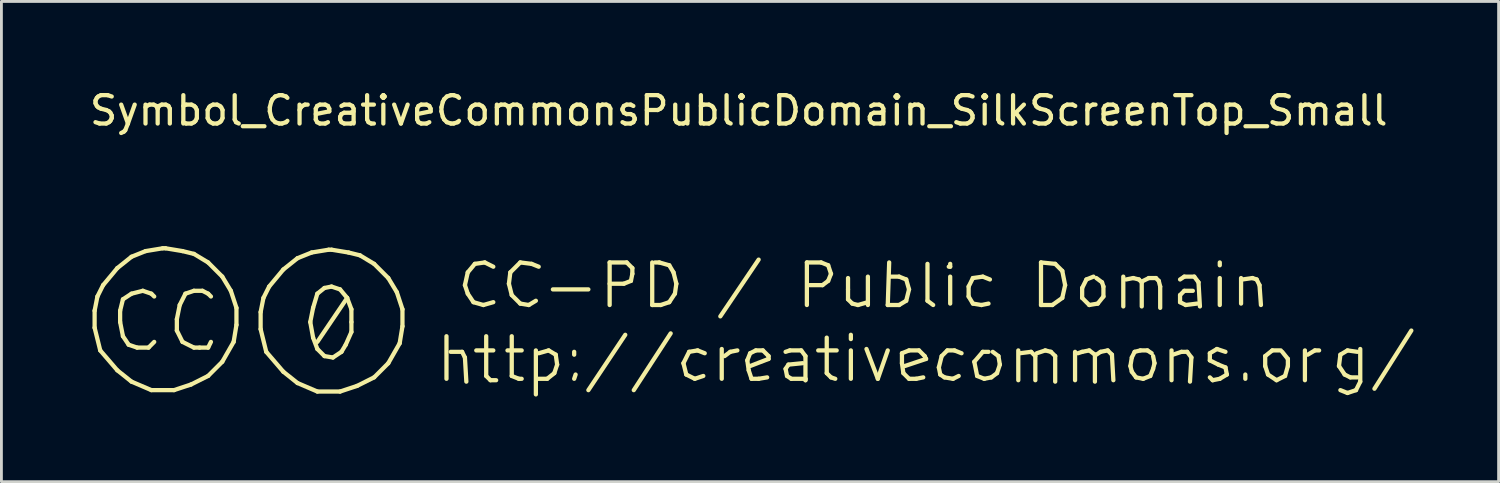
<source format=kicad_pcb>
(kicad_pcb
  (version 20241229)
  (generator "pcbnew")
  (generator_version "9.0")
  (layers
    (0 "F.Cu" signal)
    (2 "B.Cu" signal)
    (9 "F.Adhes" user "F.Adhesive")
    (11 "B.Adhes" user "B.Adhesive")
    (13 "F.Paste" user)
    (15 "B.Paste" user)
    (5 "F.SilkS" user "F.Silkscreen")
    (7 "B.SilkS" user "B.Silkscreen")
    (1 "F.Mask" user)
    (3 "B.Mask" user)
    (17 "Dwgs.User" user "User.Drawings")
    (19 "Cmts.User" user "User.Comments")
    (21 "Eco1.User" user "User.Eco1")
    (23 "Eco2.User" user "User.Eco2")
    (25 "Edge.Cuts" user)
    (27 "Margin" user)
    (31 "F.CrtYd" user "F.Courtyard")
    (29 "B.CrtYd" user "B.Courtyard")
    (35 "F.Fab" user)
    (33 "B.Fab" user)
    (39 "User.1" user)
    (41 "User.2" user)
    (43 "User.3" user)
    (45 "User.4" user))
  (footprint "Symbol_CreativeCommonsPublicDomain_SilkScreenTop_Small"
    (layer "F.Cu")
    (at 22.383 8.148)
    (property "Reference" "Symbol_CreativeCommonsPublicDomain_SilkScreenTop_Small" (at 0.599 -7.3 0) (layer "F.SilkS") (effects (font (size 1 1) (thickness 0.15))))
    (attr exclude_from_pos_files exclude_from_bom)
    (fp_line (start -22.099 -0.25) (end -22.099 0.35) (stroke (width 0.15) (type solid)) (layer "F.SilkS"))
    (fp_line (start -22.099 0.35) (end -21.901 1.15) (stroke (width 0.15) (type solid)) (layer "F.SilkS"))
    (fp_line (start -22 -0.75) (end -22.099 -0.25) (stroke (width 0.15) (type solid)) (layer "F.SilkS"))
    (fp_line (start -21.901 1.15) (end -21.299 1.851) (stroke (width 0.15) (type solid)) (layer "F.SilkS"))
    (fp_line (start -21.8 -1.149) (end -22 -0.75) (stroke (width 0.15) (type solid)) (layer "F.SilkS"))
    (fp_line (start -21.299 -1.751) (end -21.8 -1.149) (stroke (width 0.15) (type solid)) (layer "F.SilkS"))
    (fp_line (start -21.299 1.851) (end -20.799 2.25) (stroke (width 0.15) (type solid)) (layer "F.SilkS"))
    (fp_line (start -21.2 -0.25) (end -21.2 0.149) (stroke (width 0.15) (type solid)) (layer "F.SilkS"))
    (fp_line (start -21.2 0.149) (end -21.101 0.649) (stroke (width 0.15) (type solid)) (layer "F.SilkS"))
    (fp_line (start -21.101 -0.651) (end -21.2 -0.25) (stroke (width 0.15) (type solid)) (layer "F.SilkS"))
    (fp_line (start -21.101 0.649) (end -20.9 0.949) (stroke (width 0.15) (type solid)) (layer "F.SilkS"))
    (fp_line (start -20.9 0.949) (end -20.601 1.051) (stroke (width 0.15) (type solid)) (layer "F.SilkS"))
    (fp_line (start -20.799 -2.15) (end -21.299 -1.751) (stroke (width 0.15) (type solid)) (layer "F.SilkS"))
    (fp_line (start -20.799 -0.849) (end -21.101 -0.651) (stroke (width 0.15) (type solid)) (layer "F.SilkS"))
    (fp_line (start -20.799 2.25) (end -20.1 2.549) (stroke (width 0.15) (type solid)) (layer "F.SilkS"))
    (fp_line (start -20.601 1.051) (end -20.199 1.051) (stroke (width 0.15) (type solid)) (layer "F.SilkS"))
    (fp_line (start -20.4 -0.951) (end -20.799 -0.849) (stroke (width 0.15) (type solid)) (layer "F.SilkS"))
    (fp_line (start -20.301 -2.35) (end -20.799 -2.15) (stroke (width 0.15) (type solid)) (layer "F.SilkS"))
    (fp_line (start -20.199 1.051) (end -19.999 0.85) (stroke (width 0.15) (type solid)) (layer "F.SilkS"))
    (fp_line (start -20.1 -0.849) (end -20.4 -0.951) (stroke (width 0.15) (type solid)) (layer "F.SilkS"))
    (fp_line (start -20.1 2.549) (end -19.3 2.549) (stroke (width 0.15) (type solid)) (layer "F.SilkS"))
    (fp_line (start -19.999 -0.75) (end -20.1 -0.849) (stroke (width 0.15) (type solid)) (layer "F.SilkS"))
    (fp_line (start -19.699 -2.449) (end -20.301 -2.35) (stroke (width 0.15) (type solid)) (layer "F.SilkS"))
    (fp_line (start -19.6 -2.449) (end -19.699 -2.449) (stroke (width 0.15) (type solid)) (layer "F.SilkS"))
    (fp_line (start -19.3 2.549) (end -18.701 2.351) (stroke (width 0.15) (type solid)) (layer "F.SilkS"))
    (fp_line (start -19.201 0.05) (end -19.201 0.449) (stroke (width 0.15) (type solid)) (layer "F.SilkS"))
    (fp_line (start -19.201 0.449) (end -19.001 0.85) (stroke (width 0.15) (type solid)) (layer "F.SilkS"))
    (fp_line (start -19.1 -0.45) (end -19.201 0.05) (stroke (width 0.15) (type solid)) (layer "F.SilkS"))
    (fp_line (start -19.001 -2.35) (end -19.6 -2.449) (stroke (width 0.15) (type solid)) (layer "F.SilkS"))
    (fp_line (start -19.001 0.85) (end -18.599 1.051) (stroke (width 0.15) (type solid)) (layer "F.SilkS"))
    (fp_line (start -18.899 -0.849) (end -19.1 -0.45) (stroke (width 0.15) (type solid)) (layer "F.SilkS"))
    (fp_line (start -18.701 2.351) (end -18.099 2.049) (stroke (width 0.15) (type solid)) (layer "F.SilkS"))
    (fp_line (start -18.599 -2.251) (end -19.001 -2.35) (stroke (width 0.15) (type solid)) (layer "F.SilkS"))
    (fp_line (start -18.599 -0.951) (end -18.899 -0.849) (stroke (width 0.15) (type solid)) (layer "F.SilkS"))
    (fp_line (start -18.599 1.051) (end -18.401 1.051) (stroke (width 0.15) (type solid)) (layer "F.SilkS"))
    (fp_line (start -18.401 1.051) (end -18.099 1.051) (stroke (width 0.15) (type solid)) (layer "F.SilkS"))
    (fp_line (start -18.3 -0.951) (end -18.599 -0.951) (stroke (width 0.15) (type solid)) (layer "F.SilkS"))
    (fp_line (start -18.099 -1.949) (end -18.599 -2.251) (stroke (width 0.15) (type solid)) (layer "F.SilkS"))
    (fp_line (start -18.099 -0.849) (end -18.3 -0.951) (stroke (width 0.15) (type solid)) (layer "F.SilkS"))
    (fp_line (start -18.099 1.051) (end -18 0.85) (stroke (width 0.15) (type solid)) (layer "F.SilkS"))
    (fp_line (start -18.099 2.049) (end -17.601 1.551) (stroke (width 0.15) (type solid)) (layer "F.SilkS"))
    (fp_line (start -18 -0.75) (end -18.099 -0.849) (stroke (width 0.15) (type solid)) (layer "F.SilkS"))
    (fp_line (start -17.601 -1.451) (end -18.099 -1.949) (stroke (width 0.15) (type solid)) (layer "F.SilkS"))
    (fp_line (start -17.601 1.551) (end -17.2 0.85) (stroke (width 0.15) (type solid)) (layer "F.SilkS"))
    (fp_line (start -17.299 -0.951) (end -17.601 -1.451) (stroke (width 0.15) (type solid)) (layer "F.SilkS"))
    (fp_line (start -17.2 0.85) (end -17.101 0.251) (stroke (width 0.15) (type solid)) (layer "F.SilkS"))
    (fp_line (start -17.101 -0.349) (end -17.299 -0.951) (stroke (width 0.15) (type solid)) (layer "F.SilkS"))
    (fp_line (start -17.101 0.251) (end -17.101 -0.349) (stroke (width 0.15) (type solid)) (layer "F.SilkS"))
    (fp_line (start -16.249 -0.2) (end -16.249 0.4) (stroke (width 0.15) (type solid)) (layer "F.SilkS"))
    (fp_line (start -16.249 0.4) (end -16.051 1.2) (stroke (width 0.15) (type solid)) (layer "F.SilkS"))
    (fp_line (start -16.15 -0.7) (end -16.249 -0.2) (stroke (width 0.15) (type solid)) (layer "F.SilkS"))
    (fp_line (start -16.051 1.2) (end -15.449 1.901) (stroke (width 0.15) (type solid)) (layer "F.SilkS"))
    (fp_line (start -15.95 -1.099) (end -16.15 -0.7) (stroke (width 0.15) (type solid)) (layer "F.SilkS"))
    (fp_line (start -15.449 -1.701) (end -15.95 -1.099) (stroke (width 0.15) (type solid)) (layer "F.SilkS"))
    (fp_line (start -15.449 1.901) (end -14.949 2.3) (stroke (width 0.15) (type solid)) (layer "F.SilkS"))
    (fp_line (start -14.949 -2.1) (end -15.449 -1.701) (stroke (width 0.15) (type solid)) (layer "F.SilkS"))
    (fp_line (start -14.949 2.3) (end -14.25 2.599) (stroke (width 0.15) (type solid)) (layer "F.SilkS"))
    (fp_line (start -14.5 0.15) (end -14.4 -0.35) (stroke (width 0.15) (type solid)) (layer "F.SilkS"))
    (fp_line (start -14.451 -2.3) (end -14.949 -2.1) (stroke (width 0.15) (type solid)) (layer "F.SilkS"))
    (fp_line (start -14.4 -0.35) (end -14.25 -0.85) (stroke (width 0.15) (type solid)) (layer "F.SilkS"))
    (fp_line (start -14.4 0.7) (end -14.5 0.15) (stroke (width 0.15) (type solid)) (layer "F.SilkS"))
    (fp_line (start -14.25 2.599) (end -13.45 2.599) (stroke (width 0.15) (type solid)) (layer "F.SilkS"))
    (fp_line (start -14.25 -0.85) (end -14 -1.05) (stroke (width 0.15) (type solid)) (layer "F.SilkS"))
    (fp_line (start -14.25 1.1) (end -14.4 0.7) (stroke (width 0.15) (type solid)) (layer "F.SilkS"))
    (fp_line (start -14 -1.05) (end -13.75 -1.1) (stroke (width 0.15) (type solid)) (layer "F.SilkS"))
    (fp_line (start -14 1.35) (end -14.25 1.1) (stroke (width 0.15) (type solid)) (layer "F.SilkS"))
    (fp_line (start -13.849 -2.399) (end -14.451 -2.3) (stroke (width 0.15) (type solid)) (layer "F.SilkS"))
    (fp_line (start -13.75 -2.399) (end -13.849 -2.399) (stroke (width 0.15) (type solid)) (layer "F.SilkS"))
    (fp_line (start -13.75 -1.1) (end -13.45 -1) (stroke (width 0.15) (type solid)) (layer "F.SilkS"))
    (fp_line (start -13.7 1.4) (end -14 1.35) (stroke (width 0.15) (type solid)) (layer "F.SilkS"))
    (fp_line (start -13.45 2.599) (end -12.851 2.401) (stroke (width 0.15) (type solid)) (layer "F.SilkS"))
    (fp_line (start -13.45 -1) (end -13.2 -0.7) (stroke (width 0.15) (type solid)) (layer "F.SilkS"))
    (fp_line (start -13.4 1.2) (end -13.7 1.4) (stroke (width 0.15) (type solid)) (layer "F.SilkS"))
    (fp_line (start -13.25 0.95) (end -13.4 1.2) (stroke (width 0.15) (type solid)) (layer "F.SilkS"))
    (fp_line (start -13.2 -0.7) (end -14.25 0.85) (stroke (width 0.15) (type solid)) (layer "F.SilkS"))
    (fp_line (start -13.2 -0.7) (end -13.05 -0.3) (stroke (width 0.15) (type solid)) (layer "F.SilkS"))
    (fp_line (start -13.151 -2.3) (end -13.75 -2.399) (stroke (width 0.15) (type solid)) (layer "F.SilkS"))
    (fp_line (start -13.05 -0.3) (end -13.05 0.15) (stroke (width 0.15) (type solid)) (layer "F.SilkS"))
    (fp_line (start -13.05 0.15) (end -13.05 0.5) (stroke (width 0.15) (type solid)) (layer "F.SilkS"))
    (fp_line (start -13.05 0.5) (end -13.25 0.95) (stroke (width 0.15) (type solid)) (layer "F.SilkS"))
    (fp_line (start -12.851 2.401) (end -12.249 2.099) (stroke (width 0.15) (type solid)) (layer "F.SilkS"))
    (fp_line (start -12.749 -2.201) (end -13.151 -2.3) (stroke (width 0.15) (type solid)) (layer "F.SilkS"))
    (fp_line (start -12.249 -1.899) (end -12.749 -2.201) (stroke (width 0.15) (type solid)) (layer "F.SilkS"))
    (fp_line (start -12.249 2.099) (end -11.751 1.601) (stroke (width 0.15) (type solid)) (layer "F.SilkS"))
    (fp_line (start -11.751 -1.401) (end -12.249 -1.899) (stroke (width 0.15) (type solid)) (layer "F.SilkS"))
    (fp_line (start -11.751 1.601) (end -11.35 0.9) (stroke (width 0.15) (type solid)) (layer "F.SilkS"))
    (fp_line (start -11.449 -0.901) (end -11.751 -1.401) (stroke (width 0.15) (type solid)) (layer "F.SilkS"))
    (fp_line (start -11.35 0.9) (end -11.251 0.301) (stroke (width 0.15) (type solid)) (layer "F.SilkS"))
    (fp_line (start -11.251 -0.299) (end -11.449 -0.901) (stroke (width 0.15) (type solid)) (layer "F.SilkS"))
    (fp_line (start -11.251 0.301) (end -11.251 -0.299) (stroke (width 0.15) (type solid)) (layer "F.SilkS"))
    (fp_line (start -9.7 0.65) (end -9.7 2.15) (stroke (width 0.15) (type solid)) (layer "F.SilkS"))
    (fp_line (start -9.15 1.2) (end -9.55 1.2) (stroke (width 0.15) (type solid)) (layer "F.SilkS"))
    (fp_line (start -9.05 -1.15) (end -8.95 -0.85) (stroke (width 0.15) (type solid)) (layer "F.SilkS"))
    (fp_line (start -9.05 1.4) (end -9.15 1.2) (stroke (width 0.15) (type solid)) (layer "F.SilkS"))
    (fp_line (start -9 2.25) (end -9.05 1.4) (stroke (width 0.15) (type solid)) (layer "F.SilkS"))
    (fp_line (start -8.95 -1.6) (end -9.05 -1.15) (stroke (width 0.15) (type solid)) (layer "F.SilkS"))
    (fp_line (start -8.95 -0.85) (end -8.75 -0.55) (stroke (width 0.15) (type solid)) (layer "F.SilkS"))
    (fp_line (start -8.75 -0.55) (end -8.4 -0.45) (stroke (width 0.15) (type solid)) (layer "F.SilkS"))
    (fp_line (start -8.7 -1.9) (end -8.95 -1.6) (stroke (width 0.15) (type solid)) (layer "F.SilkS"))
    (fp_line (start -8.65 1.15) (end -8.05 1.15) (stroke (width 0.15) (type solid)) (layer "F.SilkS"))
    (fp_line (start -8.4 -0.45) (end -8.05 -0.55) (stroke (width 0.15) (type solid)) (layer "F.SilkS"))
    (fp_line (start -8.35 -1.95) (end -8.7 -1.9) (stroke (width 0.15) (type solid)) (layer "F.SilkS"))
    (fp_line (start -8.3 0.65) (end -8.3 2.05) (stroke (width 0.15) (type solid)) (layer "F.SilkS"))
    (fp_line (start -8.3 2.05) (end -8.15 2.2) (stroke (width 0.15) (type solid)) (layer "F.SilkS"))
    (fp_line (start -8.15 2.2) (end -7.95 2.2) (stroke (width 0.15) (type solid)) (layer "F.SilkS"))
    (fp_line (start -8.05 -1.8) (end -8.35 -1.95) (stroke (width 0.15) (type solid)) (layer "F.SilkS"))
    (fp_line (start -7.5 -1.2) (end -7.4 -0.8) (stroke (width 0.15) (type solid)) (layer "F.SilkS"))
    (fp_line (start -7.45 -1.6) (end -7.5 -1.2) (stroke (width 0.15) (type solid)) (layer "F.SilkS"))
    (fp_line (start -7.4 -0.8) (end -7.1 -0.5) (stroke (width 0.15) (type solid)) (layer "F.SilkS"))
    (fp_line (start -7.4 0.65) (end -7.4 2.05) (stroke (width 0.15) (type solid)) (layer "F.SilkS"))
    (fp_line (start -7.4 2.05) (end -7.15 2.15) (stroke (width 0.15) (type solid)) (layer "F.SilkS"))
    (fp_line (start -7.15 2.15) (end -7.05 2.15) (stroke (width 0.15) (type solid)) (layer "F.SilkS"))
    (fp_line (start -7.1 -1.95) (end -7.45 -1.6) (stroke (width 0.15) (type solid)) (layer "F.SilkS"))
    (fp_line (start -7.1 -0.5) (end -6.8 -0.45) (stroke (width 0.15) (type solid)) (layer "F.SilkS"))
    (fp_line (start -7.05 1.15) (end -7.55 1.15) (stroke (width 0.15) (type solid)) (layer "F.SilkS"))
    (fp_line (start -6.8 -0.45) (end -6.55 -0.6) (stroke (width 0.15) (type solid)) (layer "F.SilkS"))
    (fp_line (start -6.7 -1.9) (end -7.1 -1.95) (stroke (width 0.15) (type solid)) (layer "F.SilkS"))
    (fp_line (start -6.55 2.7) (end -6.55 1.15) (stroke (width 0.15) (type solid)) (layer "F.SilkS"))
    (fp_line (start -6.5 2.15) (end -6.15 2.15) (stroke (width 0.15) (type solid)) (layer "F.SilkS"))
    (fp_line (start -6.45 -1.8) (end -6.7 -1.9) (stroke (width 0.15) (type solid)) (layer "F.SilkS"))
    (fp_line (start -6.15 2.15) (end -5.9 1.95) (stroke (width 0.15) (type solid)) (layer "F.SilkS"))
    (fp_line (start -6.1 1.15) (end -6.45 1.25) (stroke (width 0.15) (type solid)) (layer "F.SilkS"))
    (fp_line (start -5.95 -1) (end -4.7 -1) (stroke (width 0.15) (type solid)) (layer "F.SilkS"))
    (fp_line (start -5.9 1.95) (end -5.8 1.65) (stroke (width 0.15) (type solid)) (layer "F.SilkS"))
    (fp_line (start -5.85 1.3) (end -6.1 1.15) (stroke (width 0.15) (type solid)) (layer "F.SilkS"))
    (fp_line (start -5.8 1.65) (end -5.85 1.3) (stroke (width 0.15) (type solid)) (layer "F.SilkS"))
    (fp_line (start -5.2 1.2) (end -5.2 1.3) (stroke (width 0.15) (type solid)) (layer "F.SilkS"))
    (fp_line (start -5.15 2) (end -5.2 2.15) (stroke (width 0.15) (type solid)) (layer "F.SilkS"))
    (fp_line (start -4.7 2.55) (end -3.4 0.6) (stroke (width 0.15) (type solid)) (layer "F.SilkS"))
    (fp_line (start -3.95 -1.95) (end -3.35 -1.95) (stroke (width 0.15) (type solid)) (layer "F.SilkS"))
    (fp_line (start -3.95 -0.45) (end -3.95 -1.95) (stroke (width 0.15) (type solid)) (layer "F.SilkS"))
    (fp_line (start -3.45 -1.2) (end -3.95 -1.2) (stroke (width 0.15) (type solid)) (layer "F.SilkS"))
    (fp_line (start -3.35 -1.95) (end -3.15 -1.75) (stroke (width 0.15) (type solid)) (layer "F.SilkS"))
    (fp_line (start -3.2 -1.3) (end -3.45 -1.2) (stroke (width 0.15) (type solid)) (layer "F.SilkS"))
    (fp_line (start -3.15 -1.75) (end -3.15 -1.55) (stroke (width 0.15) (type solid)) (layer "F.SilkS"))
    (fp_line (start -3.15 -1.55) (end -3.2 -1.3) (stroke (width 0.15) (type solid)) (layer "F.SilkS"))
    (fp_line (start -3.1 2.55) (end -1.8 0.55) (stroke (width 0.15) (type solid)) (layer "F.SilkS"))
    (fp_line (start -2.45 -1.95) (end -2.45 -0.45) (stroke (width 0.15) (type solid)) (layer "F.SilkS"))
    (fp_line (start -2.45 -0.45) (end -2.15 -0.45) (stroke (width 0.15) (type solid)) (layer "F.SilkS"))
    (fp_line (start -2.2 -1.95) (end -2.35 -1.95) (stroke (width 0.15) (type solid)) (layer "F.SilkS"))
    (fp_line (start -2.15 -0.45) (end -1.85 -0.55) (stroke (width 0.15) (type solid)) (layer "F.SilkS"))
    (fp_line (start -1.85 -1.85) (end -2.2 -1.95) (stroke (width 0.15) (type solid)) (layer "F.SilkS"))
    (fp_line (start -1.85 -0.55) (end -1.65 -0.85) (stroke (width 0.15) (type solid)) (layer "F.SilkS"))
    (fp_line (start -1.7 -1.6) (end -1.85 -1.85) (stroke (width 0.15) (type solid)) (layer "F.SilkS"))
    (fp_line (start -1.65 -0.85) (end -1.6 -1.2) (stroke (width 0.15) (type solid)) (layer "F.SilkS"))
    (fp_line (start -1.6 -1.2) (end -1.7 -1.6) (stroke (width 0.15) (type solid)) (layer "F.SilkS"))
    (fp_line (start -1.35 1.6) (end -1.25 2) (stroke (width 0.15) (type solid)) (layer "F.SilkS"))
    (fp_line (start -1.25 2) (end -0.95 2.15) (stroke (width 0.15) (type solid)) (layer "F.SilkS"))
    (fp_line (start -1.15 1.2) (end -1.35 1.6) (stroke (width 0.15) (type solid)) (layer "F.SilkS"))
    (fp_line (start -0.95 2.15) (end -0.65 2.05) (stroke (width 0.15) (type solid)) (layer "F.SilkS"))
    (fp_line (start -0.85 1.15) (end -1.15 1.2) (stroke (width 0.15) (type solid)) (layer "F.SilkS"))
    (fp_line (start -0.6 1.25) (end -0.85 1.15) (stroke (width 0.15) (type solid)) (layer "F.SilkS"))
    (fp_line (start -0.05 -0.05) (end 1.3 -2.05) (stroke (width 0.15) (type solid)) (layer "F.SilkS"))
    (fp_line (start 0 2.15) (end 0 1.1) (stroke (width 0.15) (type solid)) (layer "F.SilkS"))
    (fp_line (start 0.3 1.2) (end 0.1 1.35) (stroke (width 0.15) (type solid)) (layer "F.SilkS"))
    (fp_line (start 0.55 1.15) (end 0.3 1.2) (stroke (width 0.15) (type solid)) (layer "F.SilkS"))
    (fp_line (start 0.9 1.5) (end 1 1.25) (stroke (width 0.15) (type solid)) (layer "F.SilkS"))
    (fp_line (start 0.95 1.85) (end 0.9 1.5) (stroke (width 0.15) (type solid)) (layer "F.SilkS"))
    (fp_line (start 1 1.25) (end 1.2 1.15) (stroke (width 0.15) (type solid)) (layer "F.SilkS"))
    (fp_line (start 1.05 2.15) (end 0.95 1.85) (stroke (width 0.15) (type solid)) (layer "F.SilkS"))
    (fp_line (start 1.2 1.15) (end 1.45 1.15) (stroke (width 0.15) (type solid)) (layer "F.SilkS"))
    (fp_line (start 1.3 2.15) (end 1.05 2.15) (stroke (width 0.15) (type solid)) (layer "F.SilkS"))
    (fp_line (start 1.45 1.15) (end 1.65 1.35) (stroke (width 0.15) (type solid)) (layer "F.SilkS"))
    (fp_line (start 1.6 2.1) (end 1.3 2.15) (stroke (width 0.15) (type solid)) (layer "F.SilkS"))
    (fp_line (start 1.65 1.35) (end 1.65 1.45) (stroke (width 0.15) (type solid)) (layer "F.SilkS"))
    (fp_line (start 1.65 1.45) (end 1 1.7) (stroke (width 0.15) (type solid)) (layer "F.SilkS"))
    (fp_line (start 2.25 1.2) (end 2.4 1.15) (stroke (width 0.15) (type solid)) (layer "F.SilkS"))
    (fp_line (start 2.25 1.8) (end 2.35 1.65) (stroke (width 0.15) (type solid)) (layer "F.SilkS"))
    (fp_line (start 2.3 2.05) (end 2.25 1.8) (stroke (width 0.15) (type solid)) (layer "F.SilkS"))
    (fp_line (start 2.35 1.65) (end 2.85 1.6) (stroke (width 0.15) (type solid)) (layer "F.SilkS"))
    (fp_line (start 2.4 1.15) (end 2.8 1.15) (stroke (width 0.15) (type solid)) (layer "F.SilkS"))
    (fp_line (start 2.45 2.15) (end 2.3 2.05) (stroke (width 0.15) (type solid)) (layer "F.SilkS"))
    (fp_line (start 2.8 1.15) (end 2.95 1.35) (stroke (width 0.15) (type solid)) (layer "F.SilkS"))
    (fp_line (start 2.95 1.35) (end 2.95 2.2) (stroke (width 0.15) (type solid)) (layer "F.SilkS"))
    (fp_line (start 2.95 2.15) (end 2.45 2.15) (stroke (width 0.15) (type solid)) (layer "F.SilkS"))
    (fp_line (start 2.95 2.2) (end 2.95 2.15) (stroke (width 0.15) (type solid)) (layer "F.SilkS"))
    (fp_line (start 3 -1.95) (end 3.5 -1.95) (stroke (width 0.15) (type solid)) (layer "F.SilkS"))
    (fp_line (start 3 -0.45) (end 3 -1.95) (stroke (width 0.15) (type solid)) (layer "F.SilkS"))
    (fp_line (start 3.4 1.15) (end 4.05 1.15) (stroke (width 0.15) (type solid)) (layer "F.SilkS"))
    (fp_line (start 3.5 -1.95) (end 3.75 -1.85) (stroke (width 0.15) (type solid)) (layer "F.SilkS"))
    (fp_line (start 3.55 -1.15) (end 3.1 -1.15) (stroke (width 0.15) (type solid)) (layer "F.SilkS"))
    (fp_line (start 3.7 0.7) (end 3.7 1.95) (stroke (width 0.15) (type solid)) (layer "F.SilkS"))
    (fp_line (start 3.7 1.95) (end 3.85 2.1) (stroke (width 0.15) (type solid)) (layer "F.SilkS"))
    (fp_line (start 3.75 -1.85) (end 3.85 -1.55) (stroke (width 0.15) (type solid)) (layer "F.SilkS"))
    (fp_line (start 3.75 -1.3) (end 3.55 -1.15) (stroke (width 0.15) (type solid)) (layer "F.SilkS"))
    (fp_line (start 3.85 -1.55) (end 3.75 -1.3) (stroke (width 0.15) (type solid)) (layer "F.SilkS"))
    (fp_line (start 3.85 2.1) (end 4 2.15) (stroke (width 0.15) (type solid)) (layer "F.SilkS"))
    (fp_line (start 4.45 -1.4) (end 4.45 -1) (stroke (width 0.15) (type solid)) (layer "F.SilkS"))
    (fp_line (start 4.45 -1) (end 4.45 -0.65) (stroke (width 0.15) (type solid)) (layer "F.SilkS"))
    (fp_line (start 4.45 -0.65) (end 4.6 -0.5) (stroke (width 0.15) (type solid)) (layer "F.SilkS"))
    (fp_line (start 4.55 0.6) (end 4.55 0.75) (stroke (width 0.15) (type solid)) (layer "F.SilkS"))
    (fp_line (start 4.55 1.15) (end 4.55 2.15) (stroke (width 0.15) (type solid)) (layer "F.SilkS"))
    (fp_line (start 4.6 -0.5) (end 4.8 -0.45) (stroke (width 0.15) (type solid)) (layer "F.SilkS"))
    (fp_line (start 4.8 -0.45) (end 5.15 -0.55) (stroke (width 0.15) (type solid)) (layer "F.SilkS"))
    (fp_line (start 5.1 1.1) (end 5.5 2.15) (stroke (width 0.15) (type solid)) (layer "F.SilkS"))
    (fp_line (start 5.15 -1.45) (end 5.15 -0.45) (stroke (width 0.15) (type solid)) (layer "F.SilkS"))
    (fp_line (start 5.5 2.15) (end 5.85 1.15) (stroke (width 0.15) (type solid)) (layer "F.SilkS"))
    (fp_line (start 5.85 -0.45) (end 6.25 -0.45) (stroke (width 0.15) (type solid)) (layer "F.SilkS"))
    (fp_line (start 5.9 -1.95) (end 5.85 -0.45) (stroke (width 0.15) (type solid)) (layer "F.SilkS"))
    (fp_line (start 6.25 -1.45) (end 5.95 -1.45) (stroke (width 0.15) (type solid)) (layer "F.SilkS"))
    (fp_line (start 6.25 -0.45) (end 6.5 -0.6) (stroke (width 0.15) (type solid)) (layer "F.SilkS"))
    (fp_line (start 6.35 1.25) (end 6.6 1.15) (stroke (width 0.15) (type solid)) (layer "F.SilkS"))
    (fp_line (start 6.35 1.6) (end 6.35 1.25) (stroke (width 0.15) (type solid)) (layer "F.SilkS"))
    (fp_line (start 6.4 1.95) (end 6.35 1.6) (stroke (width 0.15) (type solid)) (layer "F.SilkS"))
    (fp_line (start 6.5 -1.35) (end 6.25 -1.45) (stroke (width 0.15) (type solid)) (layer "F.SilkS"))
    (fp_line (start 6.5 -0.6) (end 6.6 -1) (stroke (width 0.15) (type solid)) (layer "F.SilkS"))
    (fp_line (start 6.6 -1) (end 6.5 -1.35) (stroke (width 0.15) (type solid)) (layer "F.SilkS"))
    (fp_line (start 6.6 1.15) (end 6.95 1.15) (stroke (width 0.15) (type solid)) (layer "F.SilkS"))
    (fp_line (start 6.6 2.15) (end 6.4 1.95) (stroke (width 0.15) (type solid)) (layer "F.SilkS"))
    (fp_line (start 6.85 2.15) (end 6.6 2.15) (stroke (width 0.15) (type solid)) (layer "F.SilkS"))
    (fp_line (start 6.95 1.15) (end 7.15 1.35) (stroke (width 0.15) (type solid)) (layer "F.SilkS"))
    (fp_line (start 7.1 2.1) (end 6.85 2.15) (stroke (width 0.15) (type solid)) (layer "F.SilkS"))
    (fp_line (start 7.15 1.35) (end 7.2 1.45) (stroke (width 0.15) (type solid)) (layer "F.SilkS"))
    (fp_line (start 7.2 1.45) (end 6.45 1.7) (stroke (width 0.15) (type solid)) (layer "F.SilkS"))
    (fp_line (start 7.25 -1.9) (end 7.25 -0.6) (stroke (width 0.15) (type solid)) (layer "F.SilkS"))
    (fp_line (start 7.25 -0.6) (end 7.45 -0.45) (stroke (width 0.15) (type solid)) (layer "F.SilkS"))
    (fp_line (start 7.65 1.75) (end 7.7 2) (stroke (width 0.15) (type solid)) (layer "F.SilkS"))
    (fp_line (start 7.7 2) (end 7.85 2.1) (stroke (width 0.15) (type solid)) (layer "F.SilkS"))
    (fp_line (start 7.75 1.35) (end 7.65 1.75) (stroke (width 0.15) (type solid)) (layer "F.SilkS"))
    (fp_line (start 7.85 2.1) (end 8.15 2.15) (stroke (width 0.15) (type solid)) (layer "F.SilkS"))
    (fp_line (start 7.95 1.15) (end 7.75 1.35) (stroke (width 0.15) (type solid)) (layer "F.SilkS"))
    (fp_line (start 8.05 -1.9) (end 8.05 -1.8) (stroke (width 0.15) (type solid)) (layer "F.SilkS"))
    (fp_line (start 8.05 -1.8) (end 8 -1.8) (stroke (width 0.15) (type solid)) (layer "F.SilkS"))
    (fp_line (start 8.05 -1.45) (end 8.05 -0.5) (stroke (width 0.15) (type solid)) (layer "F.SilkS"))
    (fp_line (start 8.15 2.15) (end 8.35 2.05) (stroke (width 0.15) (type solid)) (layer "F.SilkS"))
    (fp_line (start 8.2 1.15) (end 7.95 1.15) (stroke (width 0.15) (type solid)) (layer "F.SilkS"))
    (fp_line (start 8.45 1.25) (end 8.2 1.15) (stroke (width 0.15) (type solid)) (layer "F.SilkS"))
    (fp_line (start 8.7 -1.1) (end 8.7 -0.75) (stroke (width 0.15) (type solid)) (layer "F.SilkS"))
    (fp_line (start 8.7 -0.75) (end 8.85 -0.5) (stroke (width 0.15) (type solid)) (layer "F.SilkS"))
    (fp_line (start 8.85 -1.4) (end 8.7 -1.1) (stroke (width 0.15) (type solid)) (layer "F.SilkS"))
    (fp_line (start 8.85 -0.5) (end 9.15 -0.45) (stroke (width 0.15) (type solid)) (layer "F.SilkS"))
    (fp_line (start 8.9 1.55) (end 9 2.05) (stroke (width 0.15) (type solid)) (layer "F.SilkS"))
    (fp_line (start 9 2.05) (end 9.25 2.15) (stroke (width 0.15) (type solid)) (layer "F.SilkS"))
    (fp_line (start 9.15 -0.45) (end 9.4 -0.5) (stroke (width 0.15) (type solid)) (layer "F.SilkS"))
    (fp_line (start 9.2 -1.45) (end 8.85 -1.4) (stroke (width 0.15) (type solid)) (layer "F.SilkS"))
    (fp_line (start 9.2 1.2) (end 8.9 1.55) (stroke (width 0.15) (type solid)) (layer "F.SilkS"))
    (fp_line (start 9.25 2.15) (end 9.5 2.1) (stroke (width 0.15) (type solid)) (layer "F.SilkS"))
    (fp_line (start 9.4 1.2) (end 9.2 1.2) (stroke (width 0.15) (type solid)) (layer "F.SilkS"))
    (fp_line (start 9.45 -1.35) (end 9.2 -1.45) (stroke (width 0.15) (type solid)) (layer "F.SilkS"))
    (fp_line (start 9.5 2.1) (end 9.7 1.95) (stroke (width 0.15) (type solid)) (layer "F.SilkS"))
    (fp_line (start 9.7 1.95) (end 9.8 1.65) (stroke (width 0.15) (type solid)) (layer "F.SilkS"))
    (fp_line (start 9.75 1.35) (end 9.55 1.2) (stroke (width 0.15) (type solid)) (layer "F.SilkS"))
    (fp_line (start 9.8 1.65) (end 9.75 1.35) (stroke (width 0.15) (type solid)) (layer "F.SilkS"))
    (fp_line (start 10.45 2.2) (end 10.45 1.15) (stroke (width 0.15) (type solid)) (layer "F.SilkS"))
    (fp_line (start 10.9 1.2) (end 10.5 1.25) (stroke (width 0.15) (type solid)) (layer "F.SilkS"))
    (fp_line (start 11.05 1.35) (end 10.9 1.2) (stroke (width 0.15) (type solid)) (layer "F.SilkS"))
    (fp_line (start 11.05 2.2) (end 11.05 1.35) (stroke (width 0.15) (type solid)) (layer "F.SilkS"))
    (fp_line (start 11.25 -1.95) (end 11.25 -0.45) (stroke (width 0.15) (type solid)) (layer "F.SilkS"))
    (fp_line (start 11.25 -0.45) (end 11.65 -0.45) (stroke (width 0.15) (type solid)) (layer "F.SilkS"))
    (fp_line (start 11.4 1.15) (end 11.1 1.25) (stroke (width 0.15) (type solid)) (layer "F.SilkS"))
    (fp_line (start 11.6 1.2) (end 11.4 1.15) (stroke (width 0.15) (type solid)) (layer "F.SilkS"))
    (fp_line (start 11.65 -0.45) (end 12 -0.7) (stroke (width 0.15) (type solid)) (layer "F.SilkS"))
    (fp_line (start 11.75 -1.9) (end 11.25 -1.95) (stroke (width 0.15) (type solid)) (layer "F.SilkS"))
    (fp_line (start 11.75 1.35) (end 11.6 1.2) (stroke (width 0.15) (type solid)) (layer "F.SilkS"))
    (fp_line (start 11.75 2.25) (end 11.75 1.35) (stroke (width 0.15) (type solid)) (layer "F.SilkS"))
    (fp_line (start 12 -1.65) (end 11.75 -1.9) (stroke (width 0.15) (type solid)) (layer "F.SilkS"))
    (fp_line (start 12 -0.7) (end 12.1 -1.15) (stroke (width 0.15) (type solid)) (layer "F.SilkS"))
    (fp_line (start 12.1 -1.15) (end 12 -1.65) (stroke (width 0.15) (type solid)) (layer "F.SilkS"))
    (fp_line (start 12.45 2.2) (end 12.45 1.2) (stroke (width 0.15) (type solid)) (layer "F.SilkS"))
    (fp_line (start 12.7 -1.05) (end 12.7 -0.7) (stroke (width 0.15) (type solid)) (layer "F.SilkS"))
    (fp_line (start 12.7 -0.7) (end 12.95 -0.45) (stroke (width 0.15) (type solid)) (layer "F.SilkS"))
    (fp_line (start 12.7 1.2) (end 12.55 1.25) (stroke (width 0.15) (type solid)) (layer "F.SilkS"))
    (fp_line (start 12.85 -1.35) (end 12.7 -1.05) (stroke (width 0.15) (type solid)) (layer "F.SilkS"))
    (fp_line (start 12.95 -0.45) (end 13.25 -0.5) (stroke (width 0.15) (type solid)) (layer "F.SilkS"))
    (fp_line (start 12.95 1.15) (end 12.7 1.2) (stroke (width 0.15) (type solid)) (layer "F.SilkS"))
    (fp_line (start 13.1 -1.45) (end 12.85 -1.35) (stroke (width 0.15) (type solid)) (layer "F.SilkS"))
    (fp_line (start 13.15 1.3) (end 12.95 1.15) (stroke (width 0.15) (type solid)) (layer "F.SilkS"))
    (fp_line (start 13.15 2.25) (end 13.15 1.3) (stroke (width 0.15) (type solid)) (layer "F.SilkS"))
    (fp_line (start 13.25 -0.5) (end 13.45 -0.75) (stroke (width 0.15) (type solid)) (layer "F.SilkS"))
    (fp_line (start 13.35 1.2) (end 13.2 1.3) (stroke (width 0.15) (type solid)) (layer "F.SilkS"))
    (fp_line (start 13.4 -1.25) (end 13.2 -1.4) (stroke (width 0.15) (type solid)) (layer "F.SilkS"))
    (fp_line (start 13.45 -1.1) (end 13.4 -1.25) (stroke (width 0.15) (type solid)) (layer "F.SilkS"))
    (fp_line (start 13.45 -0.75) (end 13.45 -1.1) (stroke (width 0.15) (type solid)) (layer "F.SilkS"))
    (fp_line (start 13.6 1.15) (end 13.35 1.2) (stroke (width 0.15) (type solid)) (layer "F.SilkS"))
    (fp_line (start 13.75 1.3) (end 13.6 1.15) (stroke (width 0.15) (type solid)) (layer "F.SilkS"))
    (fp_line (start 13.8 2.2) (end 13.75 1.3) (stroke (width 0.15) (type solid)) (layer "F.SilkS"))
    (fp_line (start 14.15 -0.4) (end 14.15 -1.45) (stroke (width 0.15) (type solid)) (layer "F.SilkS"))
    (fp_line (start 14.4 1.7) (end 14.45 1.9) (stroke (width 0.15) (type solid)) (layer "F.SilkS"))
    (fp_line (start 14.45 1.4) (end 14.4 1.7) (stroke (width 0.15) (type solid)) (layer "F.SilkS"))
    (fp_line (start 14.45 1.9) (end 14.6 2.1) (stroke (width 0.15) (type solid)) (layer "F.SilkS"))
    (fp_line (start 14.5 -1.4) (end 14.25 -1.35) (stroke (width 0.15) (type solid)) (layer "F.SilkS"))
    (fp_line (start 14.55 1.2) (end 14.45 1.4) (stroke (width 0.15) (type solid)) (layer "F.SilkS"))
    (fp_line (start 14.6 2.1) (end 14.85 2.15) (stroke (width 0.15) (type solid)) (layer "F.SilkS"))
    (fp_line (start 14.7 -1.35) (end 14.5 -1.4) (stroke (width 0.15) (type solid)) (layer "F.SilkS"))
    (fp_line (start 14.75 1.15) (end 14.55 1.2) (stroke (width 0.15) (type solid)) (layer "F.SilkS"))
    (fp_line (start 14.8 -1.25) (end 14.7 -1.35) (stroke (width 0.15) (type solid)) (layer "F.SilkS"))
    (fp_line (start 14.8 -0.4) (end 14.8 -1.25) (stroke (width 0.15) (type solid)) (layer "F.SilkS"))
    (fp_line (start 14.85 2.15) (end 15.1 2.05) (stroke (width 0.15) (type solid)) (layer "F.SilkS"))
    (fp_line (start 15 1.15) (end 14.75 1.15) (stroke (width 0.15) (type solid)) (layer "F.SilkS"))
    (fp_line (start 15.05 -1.4) (end 14.85 -1.3) (stroke (width 0.15) (type solid)) (layer "F.SilkS"))
    (fp_line (start 15.1 2.05) (end 15.2 1.8) (stroke (width 0.15) (type solid)) (layer "F.SilkS"))
    (fp_line (start 15.15 1.25) (end 15 1.15) (stroke (width 0.15) (type solid)) (layer "F.SilkS"))
    (fp_line (start 15.2 1.8) (end 15.25 1.6) (stroke (width 0.15) (type solid)) (layer "F.SilkS"))
    (fp_line (start 15.25 1.6) (end 15.2 1.35) (stroke (width 0.15) (type solid)) (layer "F.SilkS"))
    (fp_line (start 15.3 -1.4) (end 15.05 -1.4) (stroke (width 0.15) (type solid)) (layer "F.SilkS"))
    (fp_line (start 15.4 -1.3) (end 15.3 -1.4) (stroke (width 0.15) (type solid)) (layer "F.SilkS"))
    (fp_line (start 15.45 -1.1) (end 15.4 -1.3) (stroke (width 0.15) (type solid)) (layer "F.SilkS"))
    (fp_line (start 15.45 -0.35) (end 15.45 -1.1) (stroke (width 0.15) (type solid)) (layer "F.SilkS"))
    (fp_line (start 15.85 2.2) (end 15.85 1.15) (stroke (width 0.15) (type solid)) (layer "F.SilkS"))
    (fp_line (start 16.15 -1.35) (end 16.3 -1.45) (stroke (width 0.15) (type solid)) (layer "F.SilkS"))
    (fp_line (start 16.15 -0.8) (end 16.15 -0.55) (stroke (width 0.15) (type solid)) (layer "F.SilkS"))
    (fp_line (start 16.15 -0.55) (end 16.35 -0.45) (stroke (width 0.15) (type solid)) (layer "F.SilkS"))
    (fp_line (start 16.2 1.2) (end 15.9 1.3) (stroke (width 0.15) (type solid)) (layer "F.SilkS"))
    (fp_line (start 16.3 -1.45) (end 16.65 -1.45) (stroke (width 0.15) (type solid)) (layer "F.SilkS"))
    (fp_line (start 16.3 -0.95) (end 16.15 -0.8) (stroke (width 0.15) (type solid)) (layer "F.SilkS"))
    (fp_line (start 16.35 -0.45) (end 16.75 -0.5) (stroke (width 0.15) (type solid)) (layer "F.SilkS"))
    (fp_line (start 16.4 1.2) (end 16.2 1.2) (stroke (width 0.15) (type solid)) (layer "F.SilkS"))
    (fp_line (start 16.5 2.25) (end 16.55 1.4) (stroke (width 0.15) (type solid)) (layer "F.SilkS"))
    (fp_line (start 16.55 1.4) (end 16.4 1.2) (stroke (width 0.15) (type solid)) (layer "F.SilkS"))
    (fp_line (start 16.6 -0.95) (end 16.3 -0.95) (stroke (width 0.15) (type solid)) (layer "F.SilkS"))
    (fp_line (start 16.65 -1.45) (end 16.8 -1.25) (stroke (width 0.15) (type solid)) (layer "F.SilkS"))
    (fp_line (start 16.8 -1.25) (end 16.85 -0.4) (stroke (width 0.15) (type solid)) (layer "F.SilkS"))
    (fp_line (start 17.2 1.25) (end 17.2 1.5) (stroke (width 0.15) (type solid)) (layer "F.SilkS"))
    (fp_line (start 17.2 1.5) (end 17.5 1.65) (stroke (width 0.15) (type solid)) (layer "F.SilkS"))
    (fp_line (start 17.3 2.2) (end 17.2 2.1) (stroke (width 0.15) (type solid)) (layer "F.SilkS"))
    (fp_line (start 17.45 1.1) (end 17.2 1.25) (stroke (width 0.15) (type solid)) (layer "F.SilkS"))
    (fp_line (start 17.5 1.65) (end 17.75 1.75) (stroke (width 0.15) (type solid)) (layer "F.SilkS"))
    (fp_line (start 17.55 -1.95) (end 17.55 -1.85) (stroke (width 0.15) (type solid)) (layer "F.SilkS"))
    (fp_line (start 17.55 -1.4) (end 17.55 -0.45) (stroke (width 0.15) (type solid)) (layer "F.SilkS"))
    (fp_line (start 17.55 2.15) (end 17.3 2.2) (stroke (width 0.15) (type solid)) (layer "F.SilkS"))
    (fp_line (start 17.75 1.2) (end 17.45 1.1) (stroke (width 0.15) (type solid)) (layer "F.SilkS"))
    (fp_line (start 17.75 1.75) (end 17.8 2) (stroke (width 0.15) (type solid)) (layer "F.SilkS"))
    (fp_line (start 17.8 2) (end 17.55 2.15) (stroke (width 0.15) (type solid)) (layer "F.SilkS"))
    (fp_line (start 18.3 -1.4) (end 18.3 -0.5) (stroke (width 0.15) (type solid)) (layer "F.SilkS"))
    (fp_line (start 18.45 2) (end 18.45 2.15) (stroke (width 0.15) (type solid)) (layer "F.SilkS"))
    (fp_line (start 18.7 -1.4) (end 18.35 -1.35) (stroke (width 0.15) (type solid)) (layer "F.SilkS"))
    (fp_line (start 18.85 -1.35) (end 18.7 -1.4) (stroke (width 0.15) (type solid)) (layer "F.SilkS"))
    (fp_line (start 18.95 -1.15) (end 18.85 -1.35) (stroke (width 0.15) (type solid)) (layer "F.SilkS"))
    (fp_line (start 19 -0.45) (end 18.95 -1.15) (stroke (width 0.15) (type solid)) (layer "F.SilkS"))
    (fp_line (start 19.15 1.35) (end 19.15 1.7) (stroke (width 0.15) (type solid)) (layer "F.SilkS"))
    (fp_line (start 19.15 1.7) (end 19.25 2) (stroke (width 0.15) (type solid)) (layer "F.SilkS"))
    (fp_line (start 19.25 2) (end 19.55 2.2) (stroke (width 0.15) (type solid)) (layer "F.SilkS"))
    (fp_line (start 19.4 1.15) (end 19.15 1.35) (stroke (width 0.15) (type solid)) (layer "F.SilkS"))
    (fp_line (start 19.55 2.2) (end 19.85 2.05) (stroke (width 0.15) (type solid)) (layer "F.SilkS"))
    (fp_line (start 19.7 1.15) (end 19.4 1.15) (stroke (width 0.15) (type solid)) (layer "F.SilkS"))
    (fp_line (start 19.85 2.05) (end 19.95 1.7) (stroke (width 0.15) (type solid)) (layer "F.SilkS"))
    (fp_line (start 19.95 1.45) (end 19.75 1.2) (stroke (width 0.15) (type solid)) (layer "F.SilkS"))
    (fp_line (start 19.95 1.7) (end 19.95 1.45) (stroke (width 0.15) (type solid)) (layer "F.SilkS"))
    (fp_line (start 20.55 1.15) (end 20.55 2.2) (stroke (width 0.15) (type solid)) (layer "F.SilkS"))
    (fp_line (start 20.9 1.15) (end 20.65 1.3) (stroke (width 0.15) (type solid)) (layer "F.SilkS"))
    (fp_line (start 21.05 1.15) (end 20.9 1.15) (stroke (width 0.15) (type solid)) (layer "F.SilkS"))
    (fp_line (start 21.75 1.7) (end 21.95 2) (stroke (width 0.15) (type solid)) (layer "F.SilkS"))
    (fp_line (start 21.8 1.3) (end 21.75 1.7) (stroke (width 0.15) (type solid)) (layer "F.SilkS"))
    (fp_line (start 21.8 2.55) (end 22.05 2.65) (stroke (width 0.15) (type solid)) (layer "F.SilkS"))
    (fp_line (start 21.95 2) (end 22.15 2.1) (stroke (width 0.15) (type solid)) (layer "F.SilkS"))
    (fp_line (start 22.05 1.15) (end 21.8 1.3) (stroke (width 0.15) (type solid)) (layer "F.SilkS"))
    (fp_line (start 22.05 2.65) (end 22.35 2.55) (stroke (width 0.15) (type solid)) (layer "F.SilkS"))
    (fp_line (start 22.15 2.1) (end 22.4 2.1) (stroke (width 0.15) (type solid)) (layer "F.SilkS"))
    (fp_line (start 22.35 2.55) (end 22.5 2.25) (stroke (width 0.15) (type solid)) (layer "F.SilkS"))
    (fp_line (start 22.4 1.2) (end 22.05 1.15) (stroke (width 0.15) (type solid)) (layer "F.SilkS"))
    (fp_line (start 22.5 2.25) (end 22.5 1.1) (stroke (width 0.15) (type solid)) (layer "F.SilkS"))
    (fp_line (start 23 2.5) (end 24.3 0.45) (stroke (width 0.15) (type solid)) (layer "F.SilkS")))
  (gr_rect
    (start -3 -3)
    (end 49.758 13.923)
    (stroke (width 0.1) (type default))
    (fill no)
    (layer "Edge.Cuts")))
</source>
